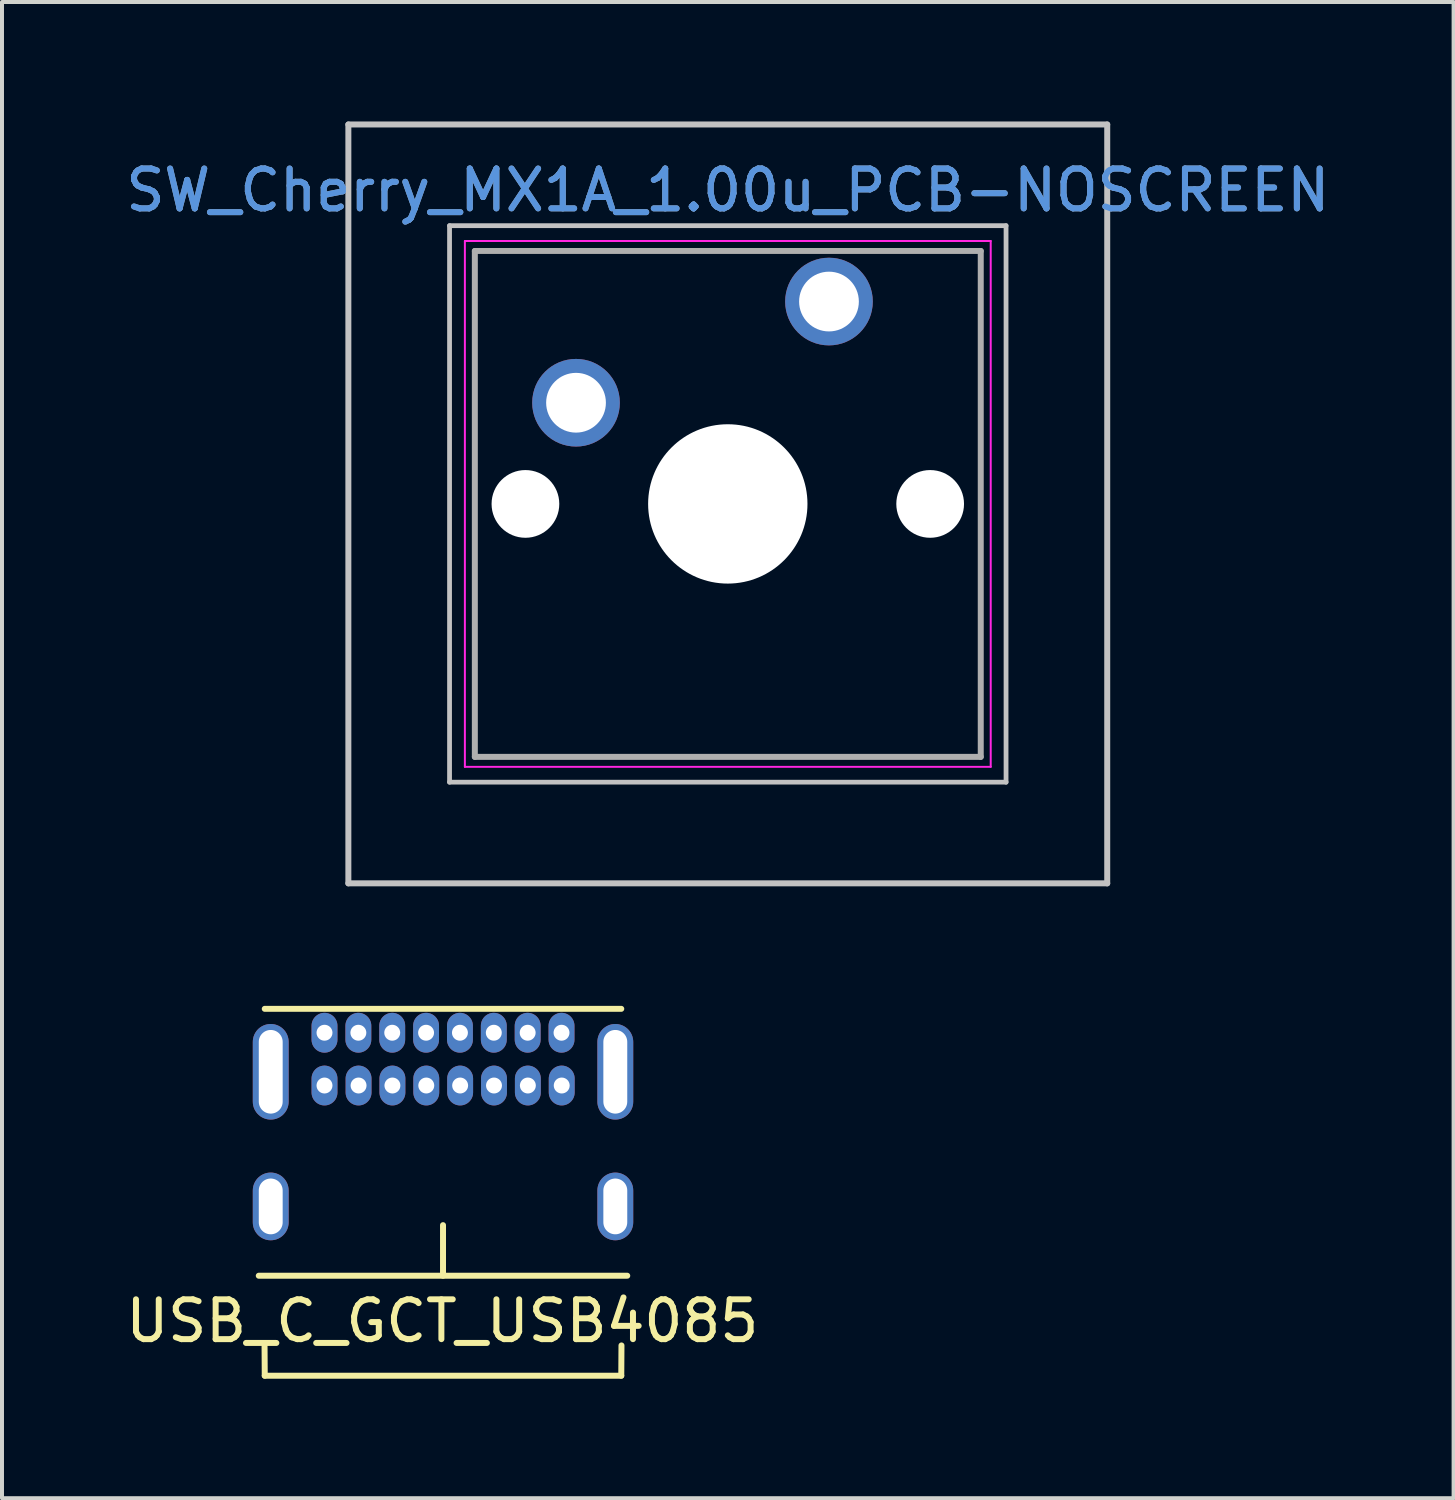
<source format=kicad_pcb>
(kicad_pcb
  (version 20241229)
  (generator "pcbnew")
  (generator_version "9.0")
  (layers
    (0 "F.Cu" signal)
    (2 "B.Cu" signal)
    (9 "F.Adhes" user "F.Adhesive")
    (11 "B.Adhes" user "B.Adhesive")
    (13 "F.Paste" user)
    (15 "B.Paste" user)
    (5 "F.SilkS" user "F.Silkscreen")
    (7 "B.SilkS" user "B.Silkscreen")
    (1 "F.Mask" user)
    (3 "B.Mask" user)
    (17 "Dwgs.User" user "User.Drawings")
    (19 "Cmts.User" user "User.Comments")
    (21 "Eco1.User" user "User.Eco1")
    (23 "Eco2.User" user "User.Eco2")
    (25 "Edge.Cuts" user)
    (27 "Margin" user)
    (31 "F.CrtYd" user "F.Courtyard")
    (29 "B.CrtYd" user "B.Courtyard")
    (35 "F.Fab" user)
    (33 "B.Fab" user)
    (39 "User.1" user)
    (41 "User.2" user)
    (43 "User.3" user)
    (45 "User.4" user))
  (footprint "SW_Cherry_MX1A_1.00u_PCB-NOSCREEN"
    (layer "F.Cu")
    (at 17.76 4.52)
    (property "Reference" "SW_Cherry_MX1A_1.00u_PCB-NOSCREEN" (at -2.54 -2.794 0) (layer "Cmts.User") (effects (font (size 1 1) (thickness 0.15))))
    (attr through_hole)
    (fp_line (start -12.065 -4.445) (end 6.985 -4.445) (stroke (width 0.15) (type solid)) (layer "Dwgs.User"))
    (fp_line (start -12.065 14.605) (end -12.065 -4.445) (stroke (width 0.15) (type solid)) (layer "Dwgs.User"))
    (fp_line (start -9.525 -1.905) (end 4.445 -1.905) (stroke (width 0.12) (type solid)) (layer "Dwgs.User"))
    (fp_line (start -9.525 12.065) (end -9.525 -1.905) (stroke (width 0.12) (type solid)) (layer "Dwgs.User"))
    (fp_line (start 4.445 -1.905) (end 4.445 12.065) (stroke (width 0.12) (type solid)) (layer "Dwgs.User"))
    (fp_line (start 4.445 12.065) (end -9.525 12.065) (stroke (width 0.12) (type solid)) (layer "Dwgs.User"))
    (fp_line (start 6.985 -4.445) (end 6.985 14.605) (stroke (width 0.15) (type solid)) (layer "Dwgs.User"))
    (fp_line (start 6.985 14.605) (end -12.065 14.605) (stroke (width 0.15) (type solid)) (layer "Dwgs.User"))
    (fp_line (start -9.14 -1.52) (end 4.06 -1.52) (stroke (width 0.05) (type solid)) (layer "F.CrtYd"))
    (fp_line (start -9.14 11.68) (end -9.14 -1.52) (stroke (width 0.05) (type solid)) (layer "F.CrtYd"))
    (fp_line (start 4.06 -1.52) (end 4.06 11.68) (stroke (width 0.05) (type solid)) (layer "F.CrtYd"))
    (fp_line (start 4.06 11.68) (end -9.14 11.68) (stroke (width 0.05) (type solid)) (layer "F.CrtYd"))
    (fp_line (start -8.89 -1.27) (end 3.81 -1.27) (stroke (width 0.15) (type solid)) (layer "F.Fab"))
    (fp_line (start -8.89 11.43) (end -8.89 -1.27) (stroke (width 0.15) (type solid)) (layer "F.Fab"))
    (fp_line (start 3.81 -1.27) (end 3.81 11.43) (stroke (width 0.15) (type solid)) (layer "F.Fab"))
    (fp_line (start 3.81 11.43) (end -8.89 11.43) (stroke (width 0.15) (type solid)) (layer "F.Fab"))
    (fp_text user "${REFERENCE}" (at -2.54 -2.794 0) (layer "F.Fab") (effects (font (size 1 1) (thickness 0.15))))
    (pad "" np_thru_hole circle (at -7.62 5.08) (size 1.7 1.7) (drill 1.7) (layers "*.Cu" "*.Mask"))
    (pad "" np_thru_hole circle (at -2.54 5.08) (size 4 4) (drill 4) (layers "*.Cu" "*.Mask"))
    (pad "" np_thru_hole circle (at 2.54 5.08) (size 1.7 1.7) (drill 1.7) (layers "*.Cu" "*.Mask"))
    (pad "1" thru_hole circle (at 0 0) (size 2.2 2.2) (drill 1.5) (layers "*.Cu" "*.Mask"))
    (pad "2" thru_hole circle (at -6.35 2.54) (size 2.2 2.2) (drill 1.5) (layers "*.Cu" "*.Mask")))
  (footprint "USB_C_GCT_USB4085"
    (layer "F.Cu")
    (at 8.071 28.975)
    (property "Reference" "USB_C_GCT_USB4085" (at -0.017 1.137 0) (layer "F.SilkS") (effects (font (size 1 1) (thickness 0.15))))
    (attr through_hole)
    (fp_line (start -4.625 0) (end 4.625 0) (stroke (width 0.15) (type solid)) (layer "F.SilkS"))
    (fp_line (start -4.475 -6.7) (end 4.475 -6.7) (stroke (width 0.15) (type solid)) (layer "F.SilkS"))
    (fp_line (start -4.475 2.51) (end -4.48 1.75) (stroke (width 0.15) (type solid)) (layer "F.SilkS"))
    (fp_line (start -4.475 2.51) (end 4.475 2.51) (stroke (width 0.15) (type solid)) (layer "F.SilkS"))
    (fp_line (start 0 0) (end 0 -1.27) (stroke (width 0.15) (type solid)) (layer "F.SilkS"))
    (fp_line (start 4.48 1.75) (end 4.475 2.51) (stroke (width 0.15) (type solid)) (layer "F.SilkS"))
    (pad "A1" thru_hole oval (at -2.975 -6.1) (size 0.65 1) (drill 0.4) (layers "*.Cu" "*.Mask"))
    (pad "A4" thru_hole oval (at -2.125 -6.1) (size 0.65 1) (drill 0.4) (layers "*.Cu" "*.Mask"))
    (pad "A5" thru_hole oval (at -1.275 -6.1) (size 0.65 1) (drill 0.4) (layers "*.Cu" "*.Mask"))
    (pad "A6" thru_hole oval (at -0.425 -6.1) (size 0.65 1) (drill 0.4) (layers "*.Cu" "*.Mask"))
    (pad "A7" thru_hole oval (at 0.425 -6.1) (size 0.65 1) (drill 0.4) (layers "*.Cu" "*.Mask"))
    (pad "A8" thru_hole oval (at 1.275 -6.1) (size 0.65 1) (drill 0.4) (layers "*.Cu" "*.Mask"))
    (pad "A9" thru_hole oval (at 2.125 -6.1) (size 0.65 1) (drill 0.4) (layers "*.Cu" "*.Mask"))
    (pad "A12" thru_hole oval (at 2.975 -6.1) (size 0.65 1) (drill 0.4) (layers "*.Cu" "*.Mask"))
    (pad "B1" thru_hole oval (at 2.98 -4.775) (size 0.65 1) (drill 0.4) (layers "*.Cu" "*.Mask"))
    (pad "B4" thru_hole oval (at 2.13 -4.775) (size 0.65 1) (drill 0.4) (layers "*.Cu" "*.Mask"))
    (pad "B5" thru_hole oval (at 1.28 -4.775) (size 0.65 1) (drill 0.4) (layers "*.Cu" "*.Mask"))
    (pad "B6" thru_hole oval (at 0.43 -4.775) (size 0.65 1) (drill 0.4) (layers "*.Cu" "*.Mask"))
    (pad "B7" thru_hole oval (at -0.42 -4.775) (size 0.65 1) (drill 0.4) (layers "*.Cu" "*.Mask"))
    (pad "B8" thru_hole oval (at -1.27 -4.775) (size 0.65 1) (drill 0.4) (layers "*.Cu" "*.Mask"))
    (pad "B9" thru_hole oval (at -2.12 -4.775) (size 0.65 1) (drill 0.4) (layers "*.Cu" "*.Mask"))
    (pad "B12" thru_hole oval (at -2.975 -4.775) (size 0.65 1) (drill 0.4) (layers "*.Cu" "*.Mask"))
    (pad "S1" thru_hole oval (at -4.325 -5.12) (size 0.9 2.4) (drill oval 0.6 2.1) (layers "*.Cu" "*.Mask"))
    (pad "S1" thru_hole oval (at -4.325 -1.74) (size 0.9 1.7) (drill oval 0.6 1.4) (layers "*.Cu" "*.Mask"))
    (pad "S1" thru_hole oval (at 4.325 -5.12) (size 0.9 2.4) (drill oval 0.6 2.1) (layers "*.Cu" "*.Mask"))
    (pad "S1" thru_hole oval (at 4.325 -1.74) (size 0.9 1.7) (drill oval 0.6 1.4) (layers "*.Cu" "*.Mask")))
  (gr_rect
    (start -3 -3)
    (end 33.44 34.56)
    (stroke (width 0.1) (type default))
    (fill no)
    (layer "Edge.Cuts")))
</source>
